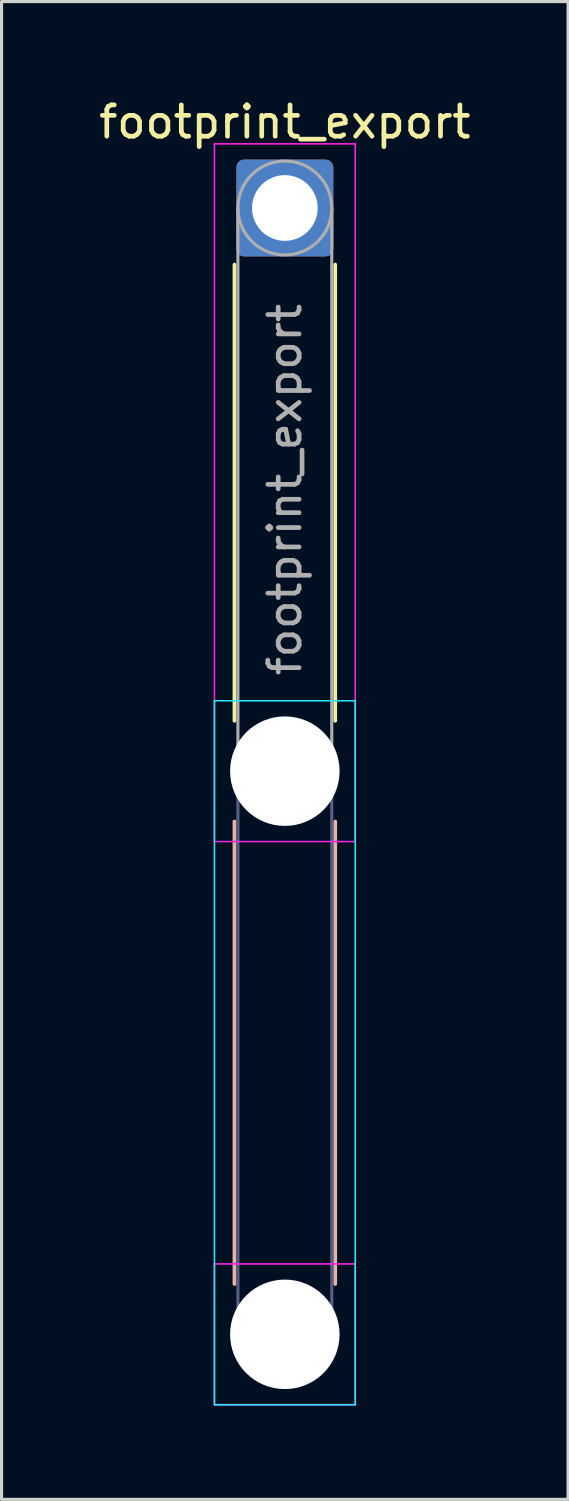
<source format=kicad_pcb>
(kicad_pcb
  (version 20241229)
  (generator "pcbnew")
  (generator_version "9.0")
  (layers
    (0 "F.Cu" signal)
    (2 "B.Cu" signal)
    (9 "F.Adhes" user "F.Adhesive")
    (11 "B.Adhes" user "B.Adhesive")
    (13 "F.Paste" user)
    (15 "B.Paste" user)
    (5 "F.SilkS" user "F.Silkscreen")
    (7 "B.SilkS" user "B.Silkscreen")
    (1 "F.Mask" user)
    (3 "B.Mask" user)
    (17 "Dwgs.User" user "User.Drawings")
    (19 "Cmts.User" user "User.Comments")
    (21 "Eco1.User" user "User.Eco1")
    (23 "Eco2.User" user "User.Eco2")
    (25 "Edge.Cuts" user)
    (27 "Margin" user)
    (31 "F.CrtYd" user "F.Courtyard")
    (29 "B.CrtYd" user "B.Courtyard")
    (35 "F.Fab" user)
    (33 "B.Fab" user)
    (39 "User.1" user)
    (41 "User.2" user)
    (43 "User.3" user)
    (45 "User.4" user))
  (footprint "footprint_export"
    (layer "F.Cu")
    (at 6.054 3.598)
    (property "Reference" "footprint_export" (at 0 -2.75 0) (layer "F.SilkS") (effects (font (size 1 1) (thickness 0.15))))
    (attr exclude_from_pos_files exclude_from_bom)
    (fp_line (start -1.61 1.81) (end -1.61 16.39) (stroke (width 0.12) (type solid)) (layer "F.SilkS"))
    (fp_line (start 1.61 1.81) (end 1.61 16.39) (stroke (width 0.12) (type solid)) (layer "F.SilkS"))
    (fp_line (start -1.61 19.61) (end -1.61 34.39) (stroke (width 0.12) (type solid)) (layer "B.SilkS"))
    (fp_line (start 1.61 19.61) (end 1.61 34.39) (stroke (width 0.12) (type solid)) (layer "B.SilkS"))
    (fp_line (start -2.25 15.75) (end -2.25 38.25) (stroke (width 0.05) (type solid)) (layer "B.CrtYd"))
    (fp_line (start -2.25 38.25) (end 2.25 38.25) (stroke (width 0.05) (type solid)) (layer "B.CrtYd"))
    (fp_line (start 2.25 15.75) (end -2.25 15.75) (stroke (width 0.05) (type solid)) (layer "B.CrtYd"))
    (fp_line (start 2.25 38.25) (end 2.25 15.75) (stroke (width 0.05) (type solid)) (layer "B.CrtYd"))
    (fp_line (start -2.25 -2.05) (end -2.25 20.25) (stroke (width 0.05) (type solid)) (layer "F.CrtYd"))
    (fp_line (start -2.25 20.25) (end 2.25 20.25) (stroke (width 0.05) (type solid)) (layer "F.CrtYd"))
    (fp_line (start -2.25 33.75) (end -2.25 38.25) (stroke (width 0.05) (type solid)) (layer "F.CrtYd"))
    (fp_line (start -2.25 38.25) (end 2.25 38.25) (stroke (width 0.05) (type solid)) (layer "F.CrtYd"))
    (fp_line (start 2.25 -2.05) (end -2.25 -2.05) (stroke (width 0.05) (type solid)) (layer "F.CrtYd"))
    (fp_line (start 2.25 20.25) (end 2.25 -2.05) (stroke (width 0.05) (type solid)) (layer "F.CrtYd"))
    (fp_line (start 2.25 33.75) (end -2.25 33.75) (stroke (width 0.05) (type solid)) (layer "F.CrtYd"))
    (fp_line (start 2.25 38.25) (end 2.25 33.75) (stroke (width 0.05) (type solid)) (layer "F.CrtYd"))
    (fp_line (start -1.5 18) (end -1.5 36) (stroke (width 0.1) (type solid)) (layer "B.Fab"))
    (fp_line (start 1.5 18) (end 1.5 36) (stroke (width 0.1) (type solid)) (layer "B.Fab"))
    (fp_circle (center 0 18) (end 1.5 18) (stroke (width 0.1) (type solid)) (fill no) (layer "B.Fab"))
    (fp_circle (center 0 36) (end 1.5 36) (stroke (width 0.1) (type solid)) (fill no) (layer "B.Fab"))
    (fp_line (start -1.5 0) (end -1.5 18) (stroke (width 0.1) (type solid)) (layer "F.Fab"))
    (fp_line (start 1.5 0) (end 1.5 18) (stroke (width 0.1) (type solid)) (layer "F.Fab"))
    (fp_circle (center 0 0) (end 1.5 0) (stroke (width 0.1) (type solid)) (fill no) (layer "F.Fab"))
    (fp_circle (center 0 18) (end 1.5 18) (stroke (width 0.1) (type solid)) (fill no) (layer "F.Fab"))
    (fp_circle (center 0 36) (end 1.5 36) (stroke (width 0.1) (type solid)) (fill no) (layer "F.Fab"))
    (fp_text user "${REFERENCE}" (at 0 9 90) (layer "F.Fab") (effects (font (size 1 1) (thickness 0.15))))
    (pad "" np_thru_hole circle (at 0 18) (size 3.5 3.5) (drill 3.5) (layers "*.Cu" "*.Mask"))
    (pad "" np_thru_hole circle (at 0 36) (size 3.5 3.5) (drill 3.5) (layers "*.Cu" "*.Mask"))
    (pad "1" thru_hole roundrect (at 0 0) (size 3.1 3.1) (drill 2.1) (layers "*.Cu" "*.Mask") (roundrect_rratio 0.081)))
  (gr_rect
    (start -3 -3)
    (end 15.107 44.873)
    (stroke (width 0.1) (type default))
    (fill no)
    (layer "Edge.Cuts")))
</source>
